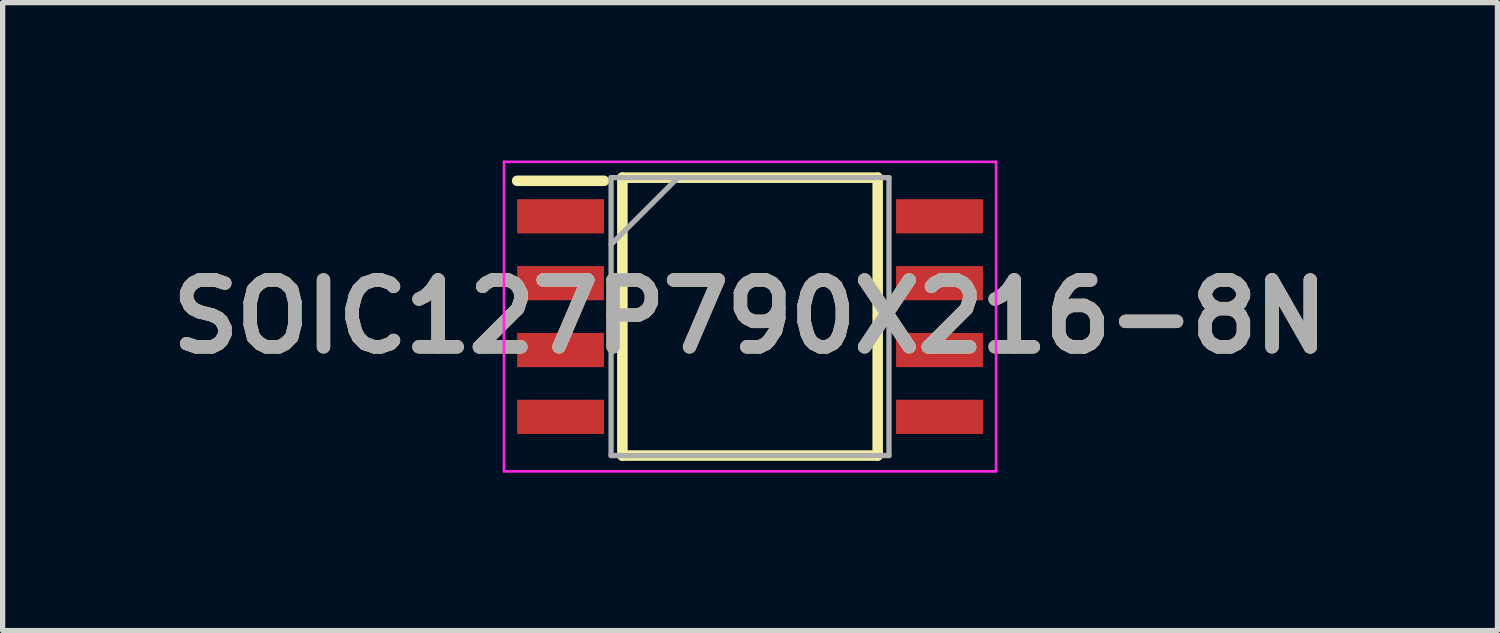
<source format=kicad_pcb>
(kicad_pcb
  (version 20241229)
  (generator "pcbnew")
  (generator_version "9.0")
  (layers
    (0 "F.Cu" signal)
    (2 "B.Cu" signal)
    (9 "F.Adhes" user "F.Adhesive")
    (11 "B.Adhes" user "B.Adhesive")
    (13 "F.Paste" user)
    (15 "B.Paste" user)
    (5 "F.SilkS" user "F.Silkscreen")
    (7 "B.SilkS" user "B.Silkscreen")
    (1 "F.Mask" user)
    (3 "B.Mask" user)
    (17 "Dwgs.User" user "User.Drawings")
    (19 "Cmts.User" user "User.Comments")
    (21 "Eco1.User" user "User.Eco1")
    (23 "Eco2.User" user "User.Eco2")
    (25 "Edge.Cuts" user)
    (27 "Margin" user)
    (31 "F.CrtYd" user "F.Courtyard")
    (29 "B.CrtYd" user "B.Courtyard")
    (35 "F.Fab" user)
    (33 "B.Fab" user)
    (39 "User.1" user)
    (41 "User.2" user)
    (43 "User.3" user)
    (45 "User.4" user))
  (footprint "SOIC127P790X216-8N"
    (layer "F.Cu")
    (at 11.2 2.965)
    (property "Reference" "SOIC127P790X216-8N" (at 0 0 0) (layer "F.SilkS") (effects (font (size 1.27 1.27) (thickness 0.254))))
    (attr smd)
    (fp_line (start -4.425 -2.58) (end -2.775 -2.58) (stroke (width 0.2) (type solid)) (layer "F.SilkS"))
    (fp_line (start -2.425 -2.64) (end 2.425 -2.64) (stroke (width 0.2) (type solid)) (layer "F.SilkS"))
    (fp_line (start -2.425 2.64) (end -2.425 -2.64) (stroke (width 0.2) (type solid)) (layer "F.SilkS"))
    (fp_line (start 2.425 -2.64) (end 2.425 2.64) (stroke (width 0.2) (type solid)) (layer "F.SilkS"))
    (fp_line (start 2.425 2.64) (end -2.425 2.64) (stroke (width 0.2) (type solid)) (layer "F.SilkS"))
    (fp_line (start -4.675 -2.94) (end 4.675 -2.94) (stroke (width 0.05) (type solid)) (layer "F.CrtYd"))
    (fp_line (start -4.675 2.94) (end -4.675 -2.94) (stroke (width 0.05) (type solid)) (layer "F.CrtYd"))
    (fp_line (start 4.675 -2.94) (end 4.675 2.94) (stroke (width 0.05) (type solid)) (layer "F.CrtYd"))
    (fp_line (start 4.675 2.94) (end -4.675 2.94) (stroke (width 0.05) (type solid)) (layer "F.CrtYd"))
    (fp_line (start -2.64 -2.64) (end 2.64 -2.64) (stroke (width 0.1) (type solid)) (layer "F.Fab"))
    (fp_line (start -2.64 -1.37) (end -1.37 -2.64) (stroke (width 0.1) (type solid)) (layer "F.Fab"))
    (fp_line (start -2.64 2.64) (end -2.64 -2.64) (stroke (width 0.1) (type solid)) (layer "F.Fab"))
    (fp_line (start 2.64 -2.64) (end 2.64 2.64) (stroke (width 0.1) (type solid)) (layer "F.Fab"))
    (fp_line (start 2.64 2.64) (end -2.64 2.64) (stroke (width 0.1) (type solid)) (layer "F.Fab"))
    (fp_text user "${REFERENCE}" (at 0 0 0) (layer "F.Fab") (effects (font (size 1.27 1.27) (thickness 0.254))))
    (pad "1" smd rect (at -3.6 -1.905 90) (size 0.65 1.65) (layers "F.Cu" "F.Mask" "F.Paste"))
    (pad "2" smd rect (at -3.6 -0.635 90) (size 0.65 1.65) (layers "F.Cu" "F.Mask" "F.Paste"))
    (pad "3" smd rect (at -3.6 0.635 90) (size 0.65 1.65) (layers "F.Cu" "F.Mask" "F.Paste"))
    (pad "4" smd rect (at -3.6 1.905 90) (size 0.65 1.65) (layers "F.Cu" "F.Mask" "F.Paste"))
    (pad "5" smd rect (at 3.6 1.905 90) (size 0.65 1.65) (layers "F.Cu" "F.Mask" "F.Paste"))
    (pad "6" smd rect (at 3.6 0.635 90) (size 0.65 1.65) (layers "F.Cu" "F.Mask" "F.Paste"))
    (pad "7" smd rect (at 3.6 -0.635 90) (size 0.65 1.65) (layers "F.Cu" "F.Mask" "F.Paste"))
    (pad "8" smd rect (at 3.6 -1.905 90) (size 0.65 1.65) (layers "F.Cu" "F.Mask" "F.Paste")))
  (gr_rect
    (start -3 -3)
    (end 25.4 8.93)
    (stroke (width 0.1) (type default))
    (fill no)
    (layer "Edge.Cuts")))
</source>
